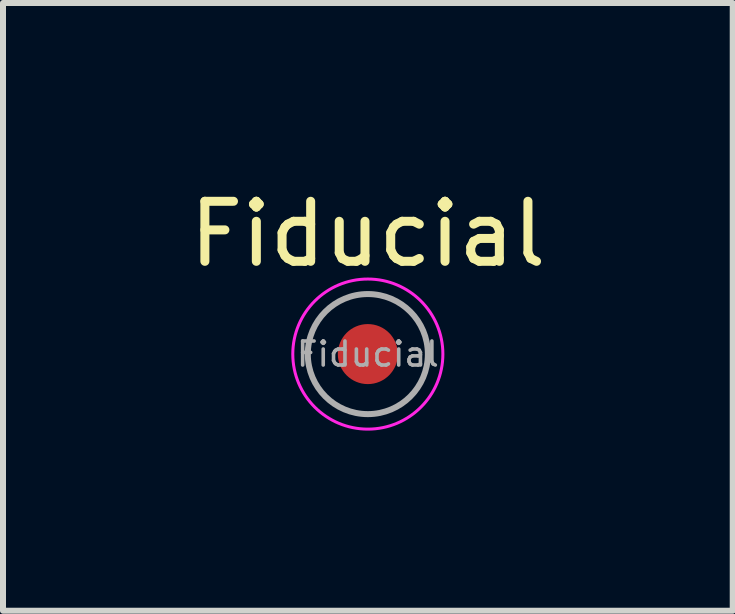
<source format=kicad_pcb>
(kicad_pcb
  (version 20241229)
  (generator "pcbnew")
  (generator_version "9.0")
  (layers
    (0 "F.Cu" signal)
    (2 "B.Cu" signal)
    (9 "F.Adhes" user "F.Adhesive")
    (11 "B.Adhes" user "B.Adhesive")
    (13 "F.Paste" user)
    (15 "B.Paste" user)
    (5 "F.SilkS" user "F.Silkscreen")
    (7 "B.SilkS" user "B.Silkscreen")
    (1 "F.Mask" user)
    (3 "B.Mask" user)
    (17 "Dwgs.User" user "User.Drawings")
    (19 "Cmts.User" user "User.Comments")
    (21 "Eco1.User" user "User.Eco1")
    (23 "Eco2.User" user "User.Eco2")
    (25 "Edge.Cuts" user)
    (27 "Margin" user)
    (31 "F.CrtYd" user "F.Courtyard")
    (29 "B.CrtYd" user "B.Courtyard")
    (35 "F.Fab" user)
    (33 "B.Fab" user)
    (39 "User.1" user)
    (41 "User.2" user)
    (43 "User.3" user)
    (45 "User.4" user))
  (footprint "Fiducial"
    (layer "F.Cu")
    (at 3.077 2.848)
    (property "Reference" "Fiducial" (at 0 -2 0) (layer "F.SilkS") (effects (font (size 1 1) (thickness 0.15))))
    (attr smd)
    (fp_circle (center 0 0) (end 1.25 0) (stroke (width 0.05) (type solid)) (fill no) (layer "F.CrtYd"))
    (fp_circle (center 0 0) (end 1 0) (stroke (width 0.1) (type solid)) (fill no) (layer "F.Fab"))
    (fp_text user "${REFERENCE}" (at 0 0 0) (layer "F.Fab") (effects (font (size 0.4 0.4) (thickness 0.06))))
    (pad "" smd circle (at 0 0) (size 1 1) (layers "F.Cu" "F.Mask")))
  (gr_rect
    (start -3 -3)
    (end 9.155 7.123)
    (stroke (width 0.1) (type default))
    (fill no)
    (layer "Edge.Cuts")))
</source>
